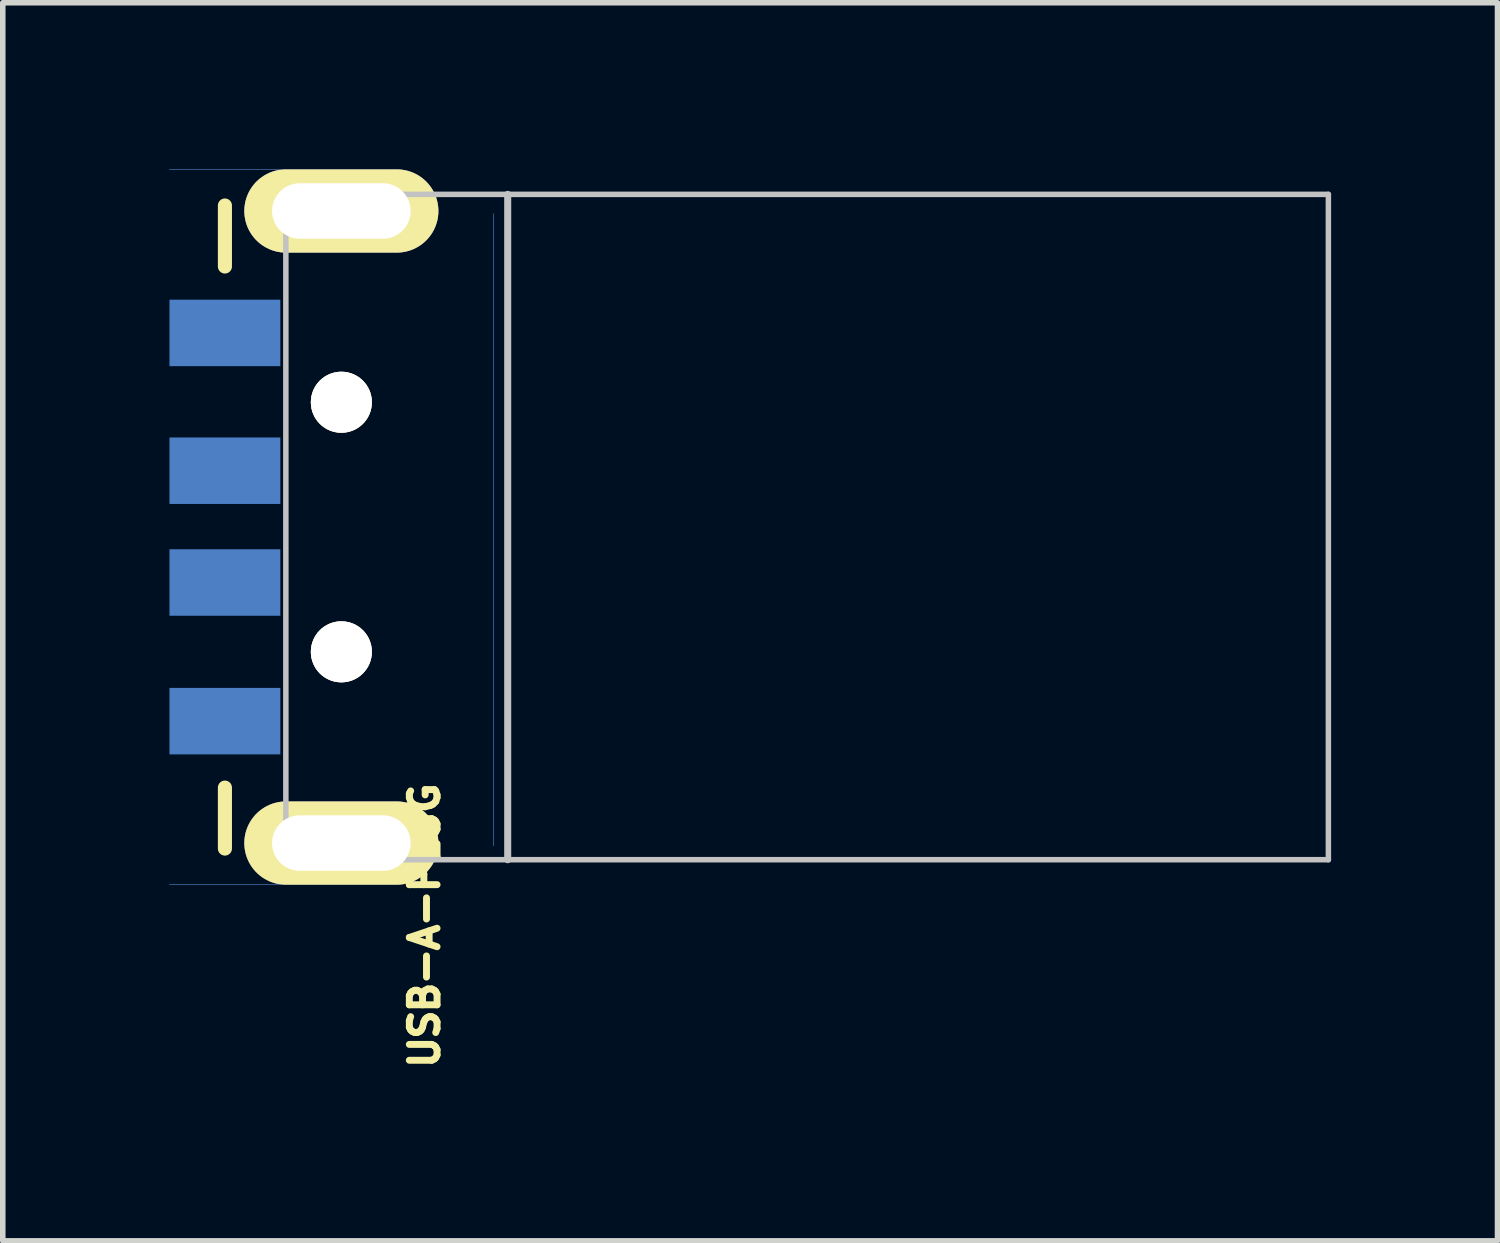
<source format=kicad_pcb>
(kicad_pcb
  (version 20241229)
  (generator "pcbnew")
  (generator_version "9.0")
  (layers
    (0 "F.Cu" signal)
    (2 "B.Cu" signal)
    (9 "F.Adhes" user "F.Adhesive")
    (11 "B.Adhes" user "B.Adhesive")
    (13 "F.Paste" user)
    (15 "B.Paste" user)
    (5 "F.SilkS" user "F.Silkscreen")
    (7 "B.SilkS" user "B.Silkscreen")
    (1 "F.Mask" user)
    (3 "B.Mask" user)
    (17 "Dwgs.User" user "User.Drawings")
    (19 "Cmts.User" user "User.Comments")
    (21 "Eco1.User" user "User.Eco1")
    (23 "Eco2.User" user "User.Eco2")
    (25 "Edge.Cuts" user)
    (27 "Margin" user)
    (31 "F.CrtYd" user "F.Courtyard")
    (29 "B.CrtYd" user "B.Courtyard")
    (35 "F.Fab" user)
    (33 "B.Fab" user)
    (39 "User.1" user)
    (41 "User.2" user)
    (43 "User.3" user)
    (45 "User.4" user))
  (footprint "USB-A-PLUG"
    (layer "F.Cu")
    (at 11.318 6.861)
    (property "Reference" "USB-A-PLUG" (at -6.711 6.781 90) (layer "F.SilkS") (effects (font (size 0.5 0.5) (thickness 0.125))))
    (attr through_hole)
    (fp_line (start -10.312 -5.105) (end -10.312 -6.205) (stroke (width 0.254) (type solid)) (layer "F.SilkS"))
    (fp_line (start -10.312 4.293) (end -10.312 5.392) (stroke (width 0.254) (type solid)) (layer "F.SilkS"))
    (fp_line (start -9.213 -6.406) (end -9.213 5.593) (stroke (width 0.099) (type solid)) (layer "Dwgs.User"))
    (fp_line (start -9.213 5.593) (end 9.588 5.593) (stroke (width 0.099) (type solid)) (layer "Dwgs.User"))
    (fp_line (start -5.212 5.593) (end -5.212 -6.406) (stroke (width 0.127) (type solid)) (layer "Dwgs.User"))
    (fp_line (start 9.588 -6.406) (end -9.213 -6.406) (stroke (width 0.099) (type solid)) (layer "Dwgs.User"))
    (fp_line (start 9.588 5.593) (end 9.588 -6.406) (stroke (width 0.099) (type solid)) (layer "Dwgs.User"))
    (fp_line (start -11.313 -6.855) (end -9.312 -6.855) (stroke (width 0.01) (type solid)) (layer "Cmts.User"))
    (fp_line (start -11.313 6.043) (end -9.312 6.043) (stroke (width 0.01) (type solid)) (layer "Cmts.User"))
    (fp_line (start -5.464 5.342) (end -5.464 -6.058) (stroke (width 0.01) (type solid)) (layer "Cmts.User"))
    (pad "1" smd rect (at -10.312 3.094 180) (size 1.999 1.199) (layers "B.Cu" "B.Mask" "B.Paste"))
    (pad "2" smd rect (at -10.312 0.594 180) (size 1.999 1.199) (layers "B.Cu" "B.Mask" "B.Paste"))
    (pad "3" smd rect (at -10.312 -1.422 180) (size 1.999 1.199) (layers "B.Cu" "B.Mask" "B.Paste"))
    (pad "4" smd rect (at -10.312 -3.907 180) (size 1.999 1.199) (layers "B.Cu" "B.Mask" "B.Paste"))
    (pad "5" thru_hole oval (at -8.212 -6.106 180) (size 3.5 1.501) (drill oval 2.499 1.001) (layers "*.Cu" "*.Mask" "F.SilkS"))
    (pad "6" thru_hole oval (at -8.212 5.293 180) (size 3.5 1.501) (drill oval 2.499 1.001) (layers "*.Cu" "*.Mask" "F.SilkS"))
    (pad "7" thru_hole circle (at -8.212 1.844 180) (size 1.1 1.1) (drill 1.1) (layers "*.Cu" "*.Mask" "F.SilkS"))
    (pad "8" thru_hole circle (at -8.212 -2.657 180) (size 1.1 1.1) (drill 1.1) (layers "*.Cu" "*.Mask" "F.SilkS")))
  (gr_rect
    (start -3 -3)
    (end 23.956 19.327)
    (stroke (width 0.1) (type default))
    (fill no)
    (layer "Edge.Cuts")))
</source>
